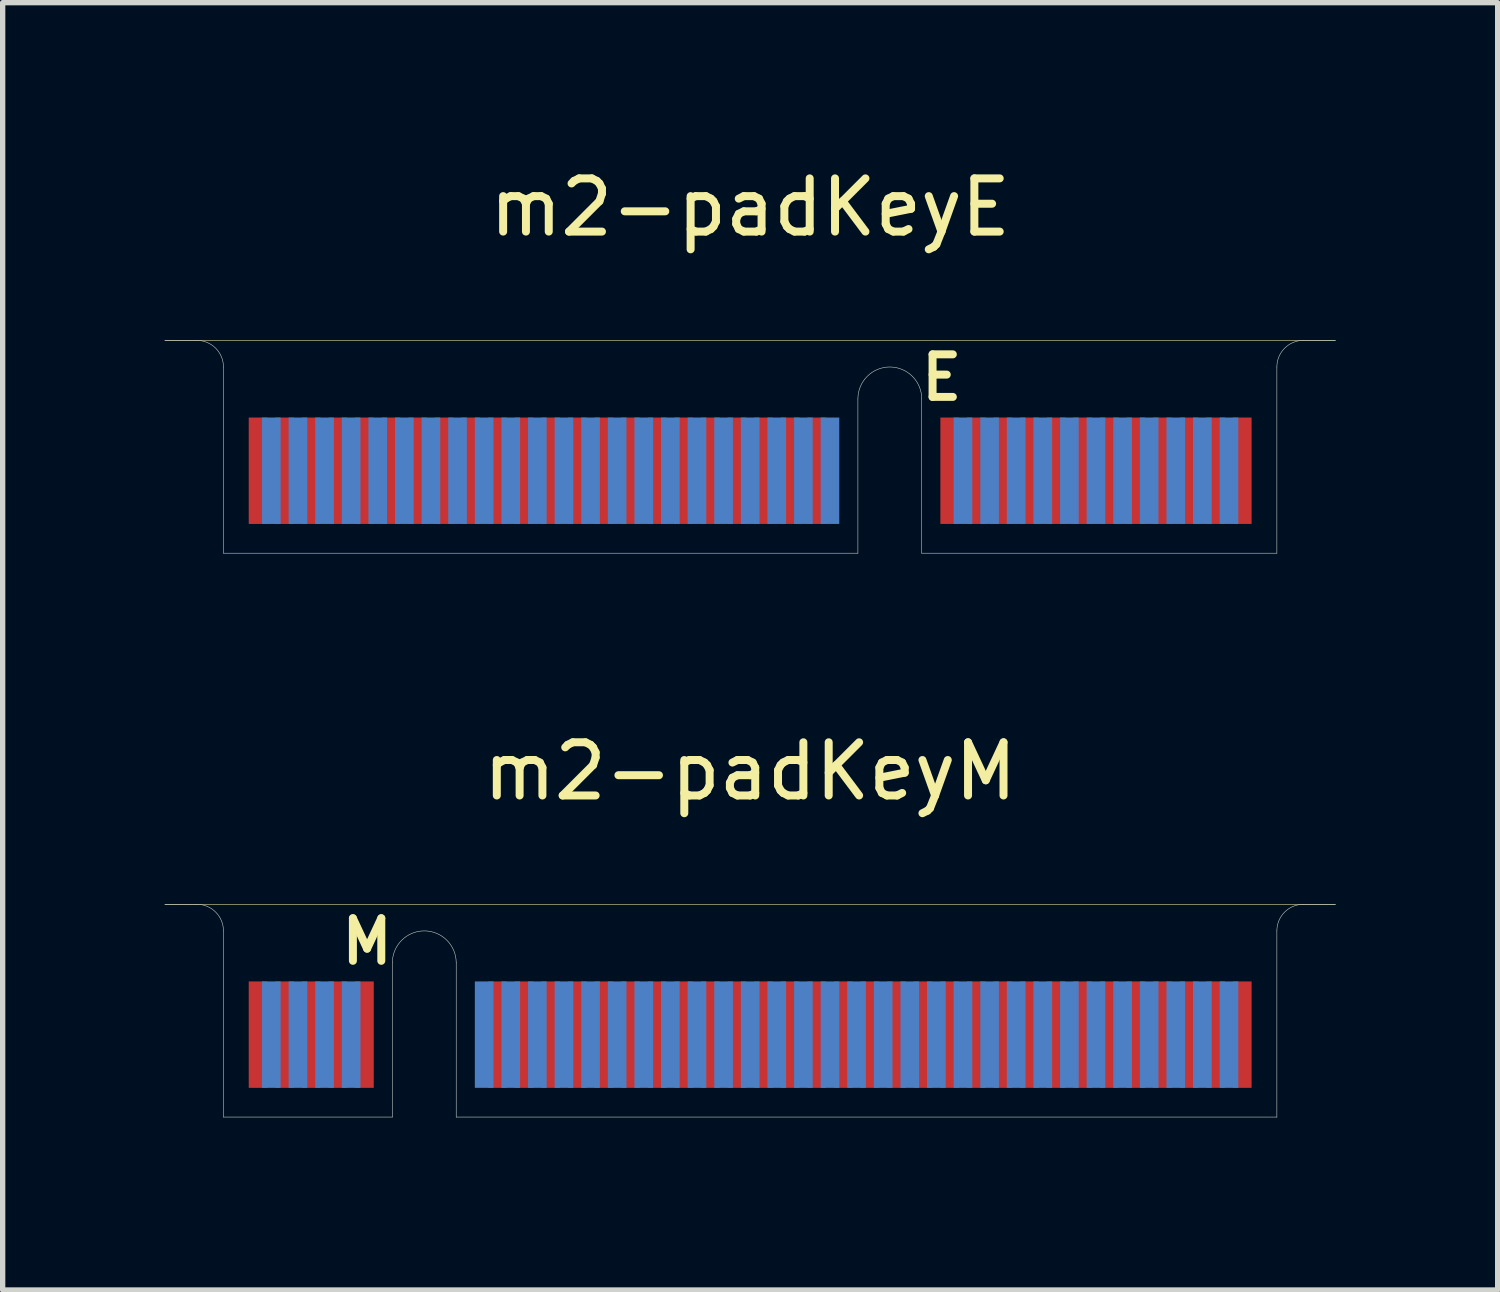
<source format=kicad_pcb>
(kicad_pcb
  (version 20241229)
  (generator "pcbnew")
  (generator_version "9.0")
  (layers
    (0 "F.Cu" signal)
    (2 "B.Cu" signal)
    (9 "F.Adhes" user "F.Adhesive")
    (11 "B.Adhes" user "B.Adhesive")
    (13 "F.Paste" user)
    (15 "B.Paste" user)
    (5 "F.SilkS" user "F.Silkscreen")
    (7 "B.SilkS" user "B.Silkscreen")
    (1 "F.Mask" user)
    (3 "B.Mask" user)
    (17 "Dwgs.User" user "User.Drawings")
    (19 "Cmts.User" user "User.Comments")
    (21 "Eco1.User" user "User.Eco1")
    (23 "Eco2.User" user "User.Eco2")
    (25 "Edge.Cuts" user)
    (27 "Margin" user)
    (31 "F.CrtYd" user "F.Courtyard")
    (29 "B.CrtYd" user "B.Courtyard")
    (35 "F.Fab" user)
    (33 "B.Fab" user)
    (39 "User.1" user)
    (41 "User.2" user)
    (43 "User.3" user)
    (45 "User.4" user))
  (footprint "m2-padKeyM"
    (layer "F.Cu")
    (at 11.05 17.947)
    (property "Reference" "m2-padKeyM" (at 0 -6.5 0) (layer "F.SilkS") (effects (font (size 1 1) (thickness 0.15))))
    (attr smd)
    (fp_poly (pts (xy -11 -4) (xy -11 0) (xy 11 0) (xy 11 -4)) (stroke (width 0.1) (type solid)) (fill yes) (layer "F.Mask"))
    (fp_poly (pts (xy -11 -4) (xy -11 0) (xy 11 0) (xy 11 -4)) (stroke (width 0.1) (type solid)) (fill yes) (layer "B.Mask"))
    (fp_line (start -11 -4) (end 11 -4) (stroke (width 0.01) (type solid)) (layer "F.SilkS"))
    (fp_line (start 0 0) (end 0 -4) (stroke (width 0.01) (type solid)) (layer "Eco1.User"))
    (fp_line (start -11 -4) (end -10.4 -4) (stroke (width 0.01) (type solid)) (layer "Edge.Cuts"))
    (fp_line (start -9.9 0) (end -9.9 -3.5) (stroke (width 0.01) (type solid)) (layer "Edge.Cuts"))
    (fp_line (start -9.9 0) (end -6.725 0) (stroke (width 0.01) (type solid)) (layer "Edge.Cuts"))
    (fp_line (start -6.725 0) (end -6.725 -2.9) (stroke (width 0.01) (type solid)) (layer "Edge.Cuts"))
    (fp_line (start -5.525 0) (end -5.525 -2.9) (stroke (width 0.01) (type solid)) (layer "Edge.Cuts"))
    (fp_line (start 9.9 0) (end -5.525 0) (stroke (width 0.01) (type solid)) (layer "Edge.Cuts"))
    (fp_line (start 9.9 0) (end 9.9 -3.5) (stroke (width 0.01) (type solid)) (layer "Edge.Cuts"))
    (fp_line (start 11 -4) (end 10.4 -4) (stroke (width 0.01) (type solid)) (layer "Edge.Cuts"))
    (fp_arc (start -10.4 -4) (mid -10.046447 -3.853553) (end -9.9 -3.5) (stroke (width 0.01) (type solid)) (layer "Edge.Cuts"))
    (fp_arc (start -6.725 -2.9) (mid -6.125 -3.5) (end -5.525 -2.9) (stroke (width 0.01) (type solid)) (layer "Edge.Cuts"))
    (fp_arc (start 9.9 -3.5) (mid 10.046447 -3.853553) (end 10.4 -4) (stroke (width 0.01) (type solid)) (layer "Edge.Cuts"))
    (fp_text user "M" (at -7.2 -3.3 0) (layer "F.SilkS") (effects (font (size 0.8 0.8) (thickness 0.15))))
    (pad "1" smd rect (at 9.25 -1.55) (size 0.35 2) (layers "F.Cu" "F.Mask"))
    (pad "2" smd rect (at 9 -1.55) (size 0.35 2) (layers "B.Cu" "B.Mask"))
    (pad "3" smd rect (at 8.75 -1.55) (size 0.35 2) (layers "F.Cu" "F.Mask"))
    (pad "4" smd rect (at 8.5 -1.55) (size 0.35 2) (layers "B.Cu" "B.Mask"))
    (pad "5" smd rect (at 8.25 -1.55) (size 0.35 2) (layers "F.Cu" "F.Mask"))
    (pad "6" smd rect (at 8 -1.55) (size 0.35 2) (layers "B.Cu" "B.Mask"))
    (pad "7" smd rect (at 7.75 -1.55) (size 0.35 2) (layers "F.Cu" "F.Mask"))
    (pad "8" smd rect (at 7.5 -1.55) (size 0.35 2) (layers "B.Cu" "B.Mask"))
    (pad "9" smd rect (at 7.25 -1.55) (size 0.35 2) (layers "F.Cu" "F.Mask"))
    (pad "10" smd rect (at 7 -1.55) (size 0.35 2) (layers "B.Cu" "B.Mask"))
    (pad "11" smd rect (at 6.75 -1.55) (size 0.35 2) (layers "F.Cu" "F.Mask"))
    (pad "12" smd rect (at 6.5 -1.55) (size 0.35 2) (layers "B.Cu" "B.Mask"))
    (pad "13" smd rect (at 6.25 -1.55) (size 0.35 2) (layers "F.Cu" "F.Mask"))
    (pad "14" smd rect (at 6 -1.55) (size 0.35 2) (layers "B.Cu" "B.Mask"))
    (pad "15" smd rect (at 5.75 -1.55) (size 0.35 2) (layers "F.Cu" "F.Mask"))
    (pad "16" smd rect (at 5.5 -1.55) (size 0.35 2) (layers "B.Cu" "B.Mask"))
    (pad "17" smd rect (at 5.25 -1.55) (size 0.35 2) (layers "F.Cu" "F.Mask"))
    (pad "18" smd rect (at 5 -1.55) (size 0.35 2) (layers "B.Cu" "B.Mask"))
    (pad "19" smd rect (at 4.75 -1.55) (size 0.35 2) (layers "F.Cu" "F.Mask"))
    (pad "20" smd rect (at 4.5 -1.55) (size 0.35 2) (layers "B.Cu" "B.Mask"))
    (pad "21" smd rect (at 4.25 -1.55) (size 0.35 2) (layers "F.Cu" "F.Mask"))
    (pad "22" smd rect (at 4 -1.55) (size 0.35 2) (layers "B.Cu" "B.Mask"))
    (pad "23" smd rect (at 3.75 -1.55) (size 0.35 2) (layers "F.Cu" "F.Mask"))
    (pad "24" smd rect (at 3.5 -1.55) (size 0.35 2) (layers "B.Cu" "B.Mask"))
    (pad "25" smd rect (at 3.25 -1.55) (size 0.35 2) (layers "F.Cu" "F.Mask"))
    (pad "26" smd rect (at 3 -1.55) (size 0.35 2) (layers "B.Cu" "B.Mask"))
    (pad "27" smd rect (at 2.75 -1.55) (size 0.35 2) (layers "F.Cu" "F.Mask"))
    (pad "28" smd rect (at 2.5 -1.55) (size 0.35 2) (layers "B.Cu" "B.Mask"))
    (pad "29" smd rect (at 2.25 -1.55) (size 0.35 2) (layers "F.Cu" "F.Mask"))
    (pad "30" smd rect (at 2 -1.55) (size 0.35 2) (layers "B.Cu" "B.Mask"))
    (pad "31" smd rect (at 1.75 -1.55) (size 0.35 2) (layers "F.Cu" "F.Mask"))
    (pad "32" smd rect (at 1.5 -1.55) (size 0.35 2) (layers "B.Cu" "B.Mask"))
    (pad "33" smd rect (at 1.25 -1.55) (size 0.35 2) (layers "F.Cu" "F.Mask"))
    (pad "34" smd rect (at 1 -1.55) (size 0.35 2) (layers "B.Cu" "B.Mask"))
    (pad "35" smd rect (at 0.75 -1.55) (size 0.35 2) (layers "F.Cu" "F.Mask"))
    (pad "36" smd rect (at 0.5 -1.55) (size 0.35 2) (layers "B.Cu" "B.Mask"))
    (pad "37" smd rect (at 0.25 -1.55) (size 0.35 2) (layers "F.Cu" "F.Mask"))
    (pad "38" smd rect (at 0 -1.55) (size 0.35 2) (layers "B.Cu" "B.Mask"))
    (pad "39" smd rect (at -0.25 -1.55) (size 0.35 2) (layers "F.Cu" "F.Mask"))
    (pad "40" smd rect (at -0.5 -1.55) (size 0.35 2) (layers "B.Cu" "B.Mask"))
    (pad "41" smd rect (at -0.75 -1.55) (size 0.35 2) (layers "F.Cu" "F.Mask"))
    (pad "42" smd rect (at -1 -1.55) (size 0.35 2) (layers "B.Cu" "B.Mask"))
    (pad "43" smd rect (at -1.25 -1.55) (size 0.35 2) (layers "F.Cu" "F.Mask"))
    (pad "44" smd rect (at -1.5 -1.55) (size 0.35 2) (layers "B.Cu" "B.Mask"))
    (pad "45" smd rect (at -1.75 -1.55) (size 0.35 2) (layers "F.Cu" "F.Mask"))
    (pad "46" smd rect (at -2 -1.55) (size 0.35 2) (layers "B.Cu" "B.Mask"))
    (pad "47" smd rect (at -2.25 -1.55) (size 0.35 2) (layers "F.Cu" "F.Mask"))
    (pad "48" smd rect (at -2.5 -1.55) (size 0.35 2) (layers "B.Cu" "B.Mask"))
    (pad "49" smd rect (at -2.75 -1.55) (size 0.35 2) (layers "F.Cu" "F.Mask"))
    (pad "50" smd rect (at -3 -1.55) (size 0.35 2) (layers "B.Cu" "B.Mask"))
    (pad "51" smd rect (at -3.25 -1.55) (size 0.35 2) (layers "F.Cu" "F.Mask"))
    (pad "52" smd rect (at -3.5 -1.55) (size 0.35 2) (layers "B.Cu" "B.Mask"))
    (pad "53" smd rect (at -3.75 -1.55) (size 0.35 2) (layers "F.Cu" "F.Mask"))
    (pad "54" smd rect (at -4 -1.55) (size 0.35 2) (layers "B.Cu" "B.Mask"))
    (pad "55" smd rect (at -4.25 -1.55) (size 0.35 2) (layers "F.Cu" "F.Mask"))
    (pad "56" smd rect (at -4.5 -1.55) (size 0.35 2) (layers "B.Cu" "B.Mask"))
    (pad "57" smd rect (at -4.75 -1.55) (size 0.35 2) (layers "F.Cu" "F.Mask"))
    (pad "58" smd rect (at -5 -1.55) (size 0.35 2) (layers "B.Cu" "B.Mask"))
    (pad "67" smd rect (at -7.25 -1.55) (size 0.35 2) (layers "F.Cu" "F.Mask"))
    (pad "68" smd rect (at -7.5 -1.55) (size 0.35 2) (layers "B.Cu" "B.Mask"))
    (pad "69" smd rect (at -7.75 -1.55) (size 0.35 2) (layers "F.Cu" "F.Mask"))
    (pad "70" smd rect (at -8 -1.55) (size 0.35 2) (layers "B.Cu" "B.Mask"))
    (pad "71" smd rect (at -8.25 -1.55) (size 0.35 2) (layers "F.Cu" "F.Mask"))
    (pad "72" smd rect (at -8.5 -1.55) (size 0.35 2) (layers "B.Cu" "B.Mask"))
    (pad "73" smd rect (at -8.75 -1.55) (size 0.35 2) (layers "F.Cu" "F.Mask"))
    (pad "74" smd rect (at -9 -1.55) (size 0.35 2) (layers "B.Cu" "B.Mask"))
    (pad "75" smd rect (at -9.25 -1.55) (size 0.35 2) (layers "F.Cu" "F.Mask")))
  (footprint "m2-padKeyE"
    (layer "F.Cu")
    (at 11.05 7.348)
    (property "Reference" "m2-padKeyE" (at 0 -6.5 0) (layer "F.SilkS") (effects (font (size 1 1) (thickness 0.15))))
    (attr smd)
    (fp_poly (pts (xy -11 -4) (xy -11 0) (xy 11 0) (xy 11 -4)) (stroke (width 0.1) (type solid)) (fill yes) (layer "F.Mask"))
    (fp_poly (pts (xy -11 -4) (xy -11 0) (xy 11 0) (xy 11 -4)) (stroke (width 0.1) (type solid)) (fill yes) (layer "B.Mask"))
    (fp_line (start -11 -4) (end 11 -4) (stroke (width 0.01) (type solid)) (layer "F.SilkS"))
    (fp_line (start 0 0) (end 0 -4) (stroke (width 0.01) (type solid)) (layer "Eco1.User"))
    (fp_line (start -11 -4) (end -10.4 -4) (stroke (width 0.01) (type solid)) (layer "Edge.Cuts"))
    (fp_line (start -9.9 0) (end -9.9 -3.5) (stroke (width 0.01) (type solid)) (layer "Edge.Cuts"))
    (fp_line (start -9.9 0) (end 2.025 0) (stroke (width 0.01) (type solid)) (layer "Edge.Cuts"))
    (fp_line (start 2.025 0) (end 2.025 -2.9) (stroke (width 0.01) (type solid)) (layer "Edge.Cuts"))
    (fp_line (start 3.225 0) (end 3.225 -2.9) (stroke (width 0.01) (type solid)) (layer "Edge.Cuts"))
    (fp_line (start 9.9 0) (end 3.225 0) (stroke (width 0.01) (type solid)) (layer "Edge.Cuts"))
    (fp_line (start 9.9 0) (end 9.9 -3.5) (stroke (width 0.01) (type solid)) (layer "Edge.Cuts"))
    (fp_line (start 11 -4) (end 10.4 -4) (stroke (width 0.01) (type solid)) (layer "Edge.Cuts"))
    (fp_arc (start -10.4 -4) (mid -10.046447 -3.853553) (end -9.9 -3.5) (stroke (width 0.01) (type solid)) (layer "Edge.Cuts"))
    (fp_arc (start 2.025 -2.9) (mid 2.625 -3.5) (end 3.225 -2.9) (stroke (width 0.01) (type solid)) (layer "Edge.Cuts"))
    (fp_arc (start 9.9 -3.5) (mid 10.046447 -3.853553) (end 10.4 -4) (stroke (width 0.01) (type solid)) (layer "Edge.Cuts"))
    (fp_text user "E" (at 3.6 -3.3 0) (layer "F.SilkS") (effects (font (size 0.8 0.8) (thickness 0.15))))
    (pad "1" smd rect (at 9.25 -1.55) (size 0.35 2) (layers "F.Cu" "F.Mask"))
    (pad "2" smd rect (at 9 -1.55) (size 0.35 2) (layers "B.Cu" "B.Mask"))
    (pad "3" smd rect (at 8.75 -1.55) (size 0.35 2) (layers "F.Cu" "F.Mask"))
    (pad "4" smd rect (at 8.5 -1.55) (size 0.35 2) (layers "B.Cu" "B.Mask"))
    (pad "5" smd rect (at 8.25 -1.55) (size 0.35 2) (layers "F.Cu" "F.Mask"))
    (pad "6" smd rect (at 8 -1.55) (size 0.35 2) (layers "B.Cu" "B.Mask"))
    (pad "7" smd rect (at 7.75 -1.55) (size 0.35 2) (layers "F.Cu" "F.Mask"))
    (pad "8" smd rect (at 7.5 -1.55) (size 0.35 2) (layers "B.Cu" "B.Mask"))
    (pad "9" smd rect (at 7.25 -1.55) (size 0.35 2) (layers "F.Cu" "F.Mask"))
    (pad "10" smd rect (at 7 -1.55) (size 0.35 2) (layers "B.Cu" "B.Mask"))
    (pad "11" smd rect (at 6.75 -1.55) (size 0.35 2) (layers "F.Cu" "F.Mask"))
    (pad "12" smd rect (at 6.5 -1.55) (size 0.35 2) (layers "B.Cu" "B.Mask"))
    (pad "13" smd rect (at 6.25 -1.55) (size 0.35 2) (layers "F.Cu" "F.Mask"))
    (pad "14" smd rect (at 6 -1.55) (size 0.35 2) (layers "B.Cu" "B.Mask"))
    (pad "15" smd rect (at 5.75 -1.55) (size 0.35 2) (layers "F.Cu" "F.Mask"))
    (pad "16" smd rect (at 5.5 -1.55) (size 0.35 2) (layers "B.Cu" "B.Mask"))
    (pad "17" smd rect (at 5.25 -1.55) (size 0.35 2) (layers "F.Cu" "F.Mask"))
    (pad "18" smd rect (at 5 -1.55) (size 0.35 2) (layers "B.Cu" "B.Mask"))
    (pad "19" smd rect (at 4.75 -1.55) (size 0.35 2) (layers "F.Cu" "F.Mask"))
    (pad "20" smd rect (at 4.5 -1.55) (size 0.35 2) (layers "B.Cu" "B.Mask"))
    (pad "21" smd rect (at 4.25 -1.55) (size 0.35 2) (layers "F.Cu" "F.Mask"))
    (pad "22" smd rect (at 4 -1.55) (size 0.35 2) (layers "B.Cu" "B.Mask"))
    (pad "23" smd rect (at 3.75 -1.55) (size 0.35 2) (layers "F.Cu" "F.Mask"))
    (pad "32" smd rect (at 1.5 -1.55) (size 0.35 2) (layers "B.Cu" "B.Mask"))
    (pad "33" smd rect (at 1.25 -1.55) (size 0.35 2) (layers "F.Cu" "F.Mask"))
    (pad "34" smd rect (at 1 -1.55) (size 0.35 2) (layers "B.Cu" "B.Mask"))
    (pad "35" smd rect (at 0.75 -1.55) (size 0.35 2) (layers "F.Cu" "F.Mask"))
    (pad "36" smd rect (at 0.5 -1.55) (size 0.35 2) (layers "B.Cu" "B.Mask"))
    (pad "37" smd rect (at 0.25 -1.55) (size 0.35 2) (layers "F.Cu" "F.Mask"))
    (pad "38" smd rect (at 0 -1.55) (size 0.35 2) (layers "B.Cu" "B.Mask"))
    (pad "39" smd rect (at -0.25 -1.55) (size 0.35 2) (layers "F.Cu" "F.Mask"))
    (pad "40" smd rect (at -0.5 -1.55) (size 0.35 2) (layers "B.Cu" "B.Mask"))
    (pad "41" smd rect (at -0.75 -1.55) (size 0.35 2) (layers "F.Cu" "F.Mask"))
    (pad "42" smd rect (at -1 -1.55) (size 0.35 2) (layers "B.Cu" "B.Mask"))
    (pad "43" smd rect (at -1.25 -1.55) (size 0.35 2) (layers "F.Cu" "F.Mask"))
    (pad "44" smd rect (at -1.5 -1.55) (size 0.35 2) (layers "B.Cu" "B.Mask"))
    (pad "45" smd rect (at -1.75 -1.55) (size 0.35 2) (layers "F.Cu" "F.Mask"))
    (pad "46" smd rect (at -2 -1.55) (size 0.35 2) (layers "B.Cu" "B.Mask"))
    (pad "47" smd rect (at -2.25 -1.55) (size 0.35 2) (layers "F.Cu" "F.Mask"))
    (pad "48" smd rect (at -2.5 -1.55) (size 0.35 2) (layers "B.Cu" "B.Mask"))
    (pad "49" smd rect (at -2.75 -1.55) (size 0.35 2) (layers "F.Cu" "F.Mask"))
    (pad "50" smd rect (at -3 -1.55) (size 0.35 2) (layers "B.Cu" "B.Mask"))
    (pad "51" smd rect (at -3.25 -1.55) (size 0.35 2) (layers "F.Cu" "F.Mask"))
    (pad "52" smd rect (at -3.5 -1.55) (size 0.35 2) (layers "B.Cu" "B.Mask"))
    (pad "53" smd rect (at -3.75 -1.55) (size 0.35 2) (layers "F.Cu" "F.Mask"))
    (pad "54" smd rect (at -4 -1.55) (size 0.35 2) (layers "B.Cu" "B.Mask"))
    (pad "55" smd rect (at -4.25 -1.55) (size 0.35 2) (layers "F.Cu" "F.Mask"))
    (pad "56" smd rect (at -4.5 -1.55) (size 0.35 2) (layers "B.Cu" "B.Mask"))
    (pad "57" smd rect (at -4.75 -1.55) (size 0.35 2) (layers "F.Cu" "F.Mask"))
    (pad "58" smd rect (at -5 -1.55) (size 0.35 2) (layers "B.Cu" "B.Mask"))
    (pad "59" smd rect (at -5.25 -1.55) (size 0.35 2) (layers "F.Cu" "F.Mask"))
    (pad "60" smd rect (at -5.5 -1.55) (size 0.35 2) (layers "B.Cu" "B.Mask"))
    (pad "61" smd rect (at -5.75 -1.55) (size 0.35 2) (layers "F.Cu" "F.Mask"))
    (pad "62" smd rect (at -6 -1.55) (size 0.35 2) (layers "B.Cu" "B.Mask"))
    (pad "63" smd rect (at -6.25 -1.55) (size 0.35 2) (layers "F.Cu" "F.Mask"))
    (pad "64" smd rect (at -6.5 -1.55) (size 0.35 2) (layers "B.Cu" "B.Mask"))
    (pad "65" smd rect (at -6.75 -1.55) (size 0.35 2) (layers "F.Cu" "F.Mask"))
    (pad "66" smd rect (at -7 -1.55) (size 0.35 2) (layers "B.Cu" "B.Mask"))
    (pad "67" smd rect (at -7.25 -1.55) (size 0.35 2) (layers "F.Cu" "F.Mask"))
    (pad "68" smd rect (at -7.5 -1.55) (size 0.35 2) (layers "B.Cu" "B.Mask"))
    (pad "69" smd rect (at -7.75 -1.55) (size 0.35 2) (layers "F.Cu" "F.Mask"))
    (pad "70" smd rect (at -8 -1.55) (size 0.35 2) (layers "B.Cu" "B.Mask"))
    (pad "71" smd rect (at -8.25 -1.55) (size 0.35 2) (layers "F.Cu" "F.Mask"))
    (pad "72" smd rect (at -8.5 -1.55) (size 0.35 2) (layers "B.Cu" "B.Mask"))
    (pad "73" smd rect (at -8.75 -1.55) (size 0.35 2) (layers "F.Cu" "F.Mask"))
    (pad "74" smd rect (at -9 -1.55) (size 0.35 2) (layers "B.Cu" "B.Mask"))
    (pad "75" smd rect (at -9.25 -1.55) (size 0.35 2) (layers "F.Cu" "F.Mask")))
  (gr_rect
    (start -3 -3)
    (end 25.1 21.197)
    (stroke (width 0.1) (type default))
    (fill no)
    (layer "Edge.Cuts")))
</source>
